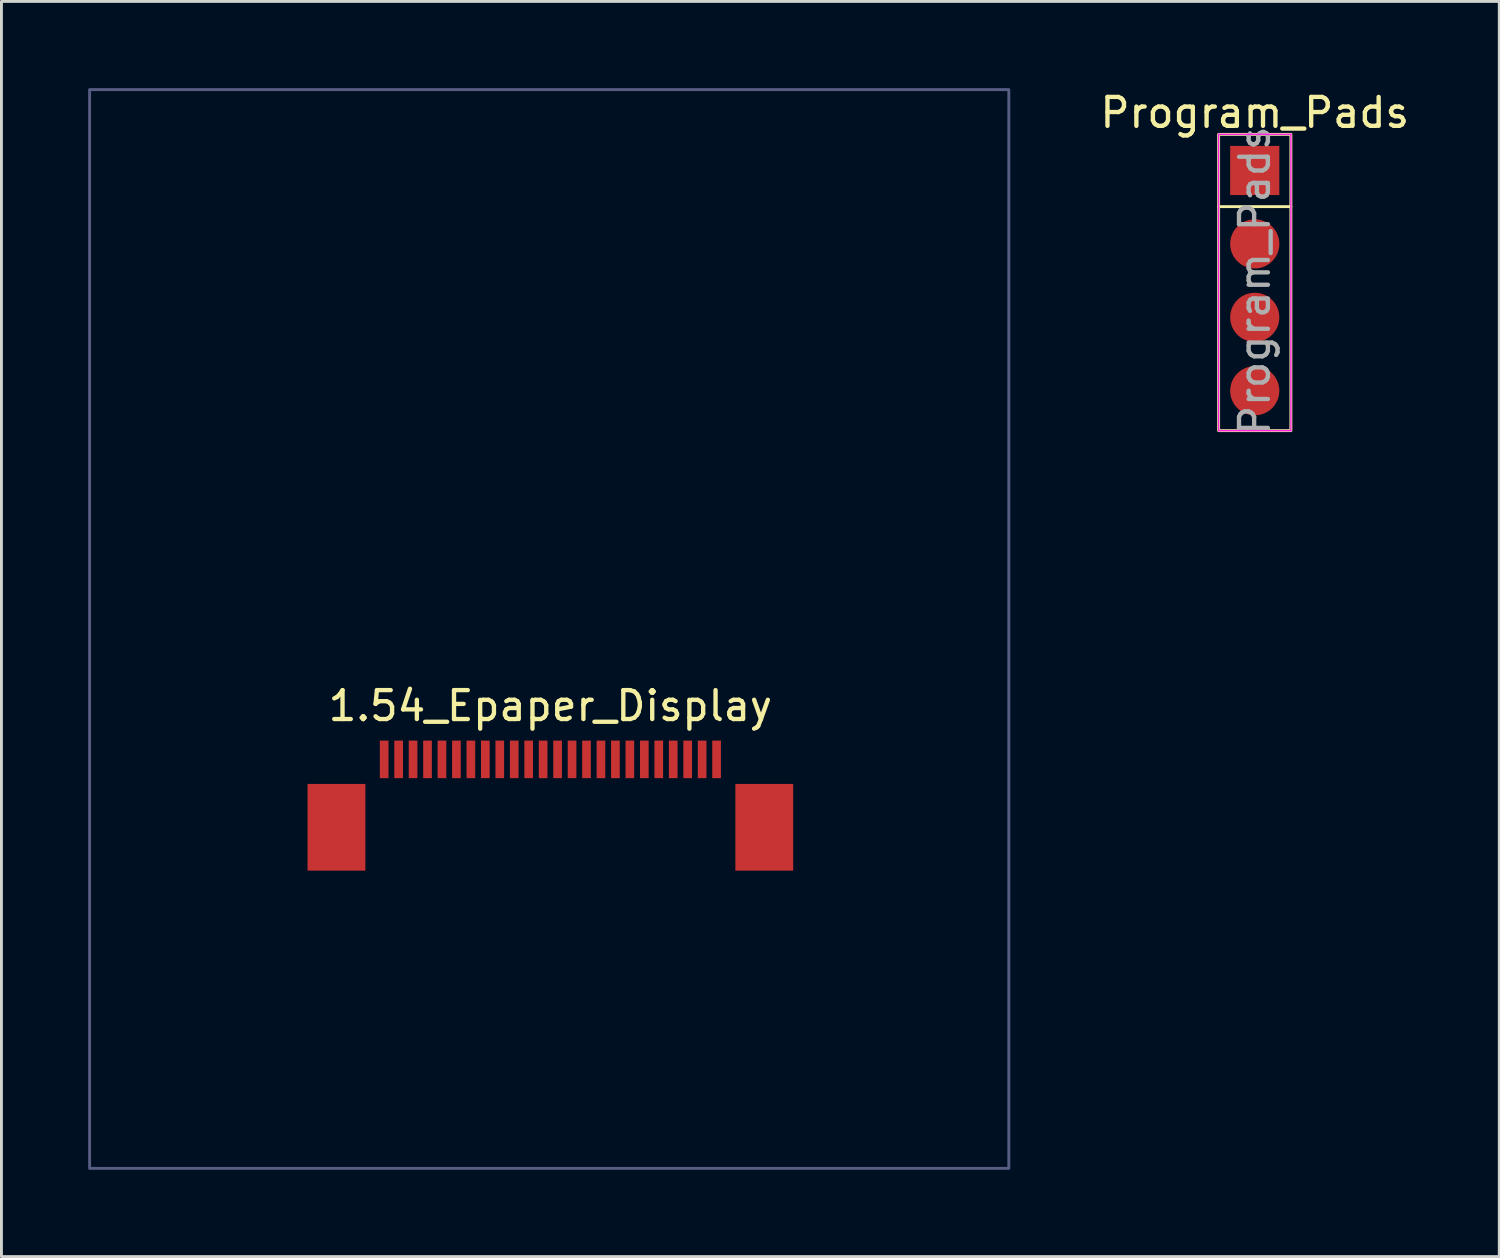
<source format=kicad_pcb>
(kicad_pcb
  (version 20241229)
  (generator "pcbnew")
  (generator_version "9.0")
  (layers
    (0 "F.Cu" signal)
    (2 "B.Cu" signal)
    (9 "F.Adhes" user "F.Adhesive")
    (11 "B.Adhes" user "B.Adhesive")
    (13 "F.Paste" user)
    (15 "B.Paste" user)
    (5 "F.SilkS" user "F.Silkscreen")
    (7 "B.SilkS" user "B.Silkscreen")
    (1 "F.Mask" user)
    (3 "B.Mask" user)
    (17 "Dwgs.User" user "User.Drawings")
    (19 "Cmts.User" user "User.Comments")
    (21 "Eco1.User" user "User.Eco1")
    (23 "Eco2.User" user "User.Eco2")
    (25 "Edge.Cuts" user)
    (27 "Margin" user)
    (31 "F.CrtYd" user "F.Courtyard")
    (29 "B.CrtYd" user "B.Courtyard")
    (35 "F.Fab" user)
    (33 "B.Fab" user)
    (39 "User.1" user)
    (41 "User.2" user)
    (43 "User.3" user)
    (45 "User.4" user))
  (footprint "Program_Pads"
    (layer "F.Cu")
    (at 40.358 2.848)
    (property "Reference" "Program_Pads" (at 0 -2 0) (layer "F.SilkS") (effects (font (size 1 1) (thickness 0.15))))
    (attr through_hole)
    (fp_line (start -1.25 1.25) (end 1.25 1.25) (stroke (width 0.1) (type default)) (layer "F.SilkS"))
    (fp_rect (start -1.25 -1.25) (end 1.25 9) (stroke (width 0.1) (type default)) (fill no) (layer "F.SilkS"))
    (fp_line (start -1.25 -1.25) (end 1.25 -1.25) (stroke (width 0.05) (type solid)) (layer "F.CrtYd"))
    (fp_line (start -1.25 9) (end -1.25 -1.25) (stroke (width 0.05) (type solid)) (layer "F.CrtYd"))
    (fp_line (start 1.25 -1.25) (end 1.25 9) (stroke (width 0.05) (type solid)) (layer "F.CrtYd"))
    (fp_line (start 1.25 9) (end -1.25 9) (stroke (width 0.05) (type solid)) (layer "F.CrtYd"))
    (fp_text user "${REFERENCE}" (at 0 3.81 90) (layer "F.Fab") (effects (font (size 1 1) (thickness 0.15))))
    (pad "1" smd rect (at 0 0) (size 1.7 1.7) (layers "F.Cu" "F.Mask" "F.Paste"))
    (pad "2" smd oval (at 0 2.54) (size 1.7 1.7) (layers "F.Cu" "F.Mask" "F.Paste"))
    (pad "3" smd oval (at 0 5.08) (size 1.7 1.7) (layers "F.Cu" "F.Mask" "F.Paste"))
    (pad "4" smd oval (at 0 7.62) (size 1.7 1.7) (layers "F.Cu" "F.Mask" "F.Paste")))
  (footprint "1.54_Epaper_Display"
    (layer "F.Cu")
    (at 15.99 25.62)
    (property "Reference" "1.54_Epaper_Display" (at 0 -4.25 0) (layer "F.SilkS") (effects (font (size 1 1) (thickness 0.15))))
    (attr smd)
    (fp_poly (pts (xy -15.94 11.75) (xy 15.86 11.75) (xy 15.86 -25.57) (xy -15.94 -25.57)) (stroke (width 0.1) (type solid)) (fill no) (layer "B.Fab"))
    (pad "1" smd rect (at 5.75 -2.4) (size 0.3 1.3) (layers "F.Cu" "F.Mask" "F.Paste"))
    (pad "2" smd rect (at 5.25 -2.4) (size 0.3 1.3) (layers "F.Cu" "F.Mask" "F.Paste"))
    (pad "3" smd rect (at 4.75 -2.4) (size 0.3 1.3) (layers "F.Cu" "F.Mask" "F.Paste"))
    (pad "4" smd rect (at 4.25 -2.4) (size 0.3 1.3) (layers "F.Cu" "F.Mask" "F.Paste"))
    (pad "5" smd rect (at 3.75 -2.4) (size 0.3 1.3) (layers "F.Cu" "F.Mask" "F.Paste"))
    (pad "6" smd rect (at 3.25 -2.4) (size 0.3 1.3) (layers "F.Cu" "F.Mask" "F.Paste"))
    (pad "7" smd rect (at 2.75 -2.4) (size 0.3 1.3) (layers "F.Cu" "F.Mask" "F.Paste"))
    (pad "8" smd rect (at 2.25 -2.4) (size 0.3 1.3) (layers "F.Cu" "F.Mask" "F.Paste"))
    (pad "9" smd rect (at 1.75 -2.4) (size 0.3 1.3) (layers "F.Cu" "F.Mask" "F.Paste"))
    (pad "10" smd rect (at 1.25 -2.4) (size 0.3 1.3) (layers "F.Cu" "F.Mask" "F.Paste"))
    (pad "11" smd rect (at 0.75 -2.4) (size 0.3 1.3) (layers "F.Cu" "F.Mask" "F.Paste"))
    (pad "12" smd rect (at 0.25 -2.4) (size 0.3 1.3) (layers "F.Cu" "F.Mask" "F.Paste"))
    (pad "13" smd rect (at -0.25 -2.4) (size 0.3 1.3) (layers "F.Cu" "F.Mask" "F.Paste"))
    (pad "14" smd rect (at -0.75 -2.4) (size 0.3 1.3) (layers "F.Cu" "F.Mask" "F.Paste"))
    (pad "15" smd rect (at -1.25 -2.4) (size 0.3 1.3) (layers "F.Cu" "F.Mask" "F.Paste"))
    (pad "16" smd rect (at -1.75 -2.4) (size 0.3 1.3) (layers "F.Cu" "F.Mask" "F.Paste"))
    (pad "17" smd rect (at -2.25 -2.4) (size 0.3 1.3) (layers "F.Cu" "F.Mask" "F.Paste"))
    (pad "18" smd rect (at -2.75 -2.4) (size 0.3 1.3) (layers "F.Cu" "F.Mask" "F.Paste"))
    (pad "19" smd rect (at -3.25 -2.4) (size 0.3 1.3) (layers "F.Cu" "F.Mask" "F.Paste"))
    (pad "20" smd rect (at -3.75 -2.4) (size 0.3 1.3) (layers "F.Cu" "F.Mask" "F.Paste"))
    (pad "21" smd rect (at -4.25 -2.4) (size 0.3 1.3) (layers "F.Cu" "F.Mask" "F.Paste"))
    (pad "22" smd rect (at -4.75 -2.4) (size 0.3 1.3) (layers "F.Cu" "F.Mask" "F.Paste"))
    (pad "23" smd rect (at -5.25 -2.4) (size 0.3 1.3) (layers "F.Cu" "F.Mask" "F.Paste"))
    (pad "24" smd rect (at -5.75 -2.4) (size 0.3 1.3) (layers "F.Cu" "F.Mask" "F.Paste"))
    (pad "M" smd rect (at -7.4 -0.05) (size 2 3) (layers "F.Cu" "F.Mask" "F.Paste"))
    (pad "M" smd rect (at 7.4 -0.05) (size 2 3) (layers "F.Cu" "F.Mask" "F.Paste")))
  (gr_rect
    (start -3 -3)
    (end 48.817 40.42)
    (stroke (width 0.1) (type default))
    (fill no)
    (layer "Edge.Cuts")))
</source>
